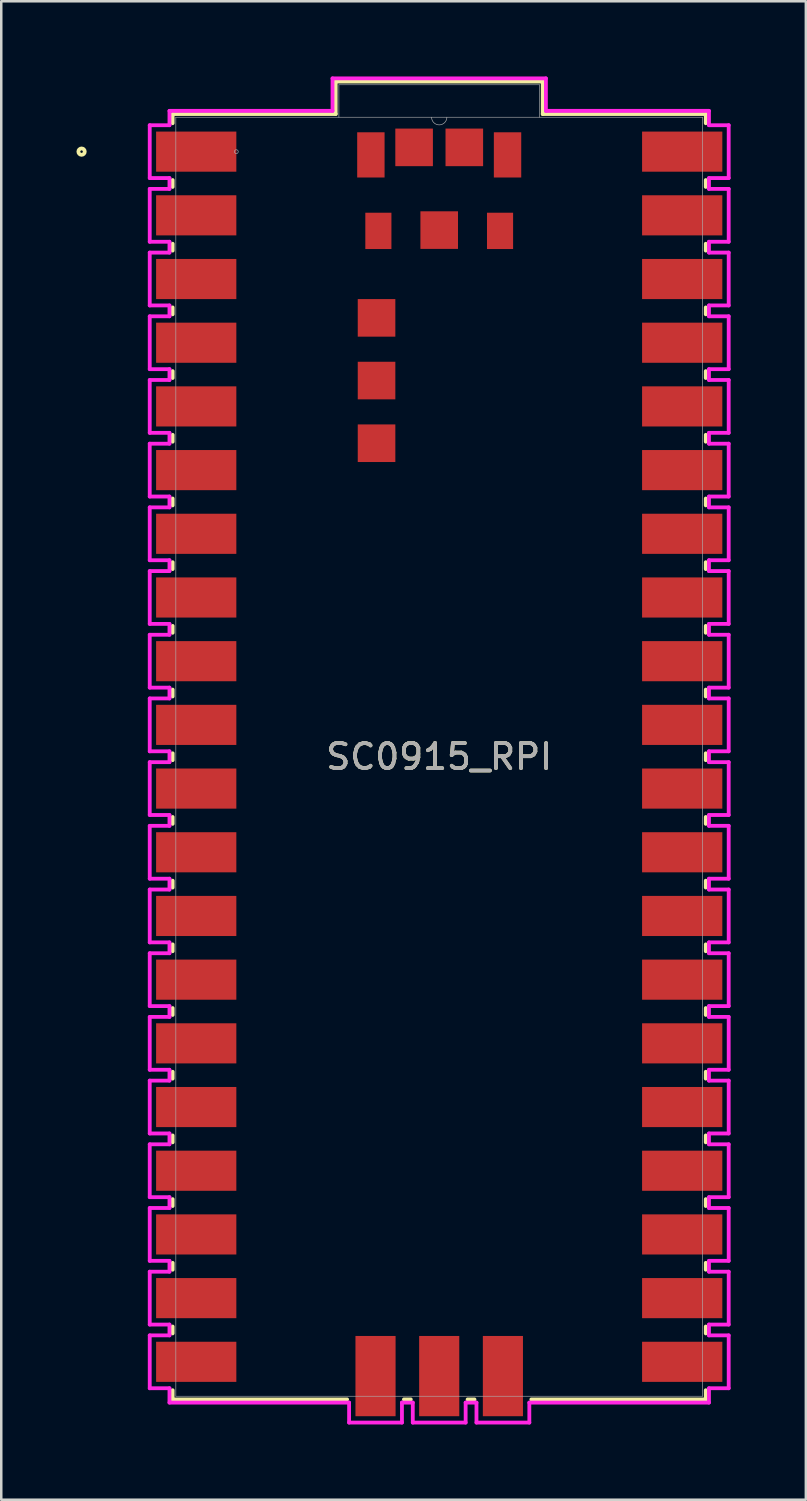
<source format=kicad_pcb>
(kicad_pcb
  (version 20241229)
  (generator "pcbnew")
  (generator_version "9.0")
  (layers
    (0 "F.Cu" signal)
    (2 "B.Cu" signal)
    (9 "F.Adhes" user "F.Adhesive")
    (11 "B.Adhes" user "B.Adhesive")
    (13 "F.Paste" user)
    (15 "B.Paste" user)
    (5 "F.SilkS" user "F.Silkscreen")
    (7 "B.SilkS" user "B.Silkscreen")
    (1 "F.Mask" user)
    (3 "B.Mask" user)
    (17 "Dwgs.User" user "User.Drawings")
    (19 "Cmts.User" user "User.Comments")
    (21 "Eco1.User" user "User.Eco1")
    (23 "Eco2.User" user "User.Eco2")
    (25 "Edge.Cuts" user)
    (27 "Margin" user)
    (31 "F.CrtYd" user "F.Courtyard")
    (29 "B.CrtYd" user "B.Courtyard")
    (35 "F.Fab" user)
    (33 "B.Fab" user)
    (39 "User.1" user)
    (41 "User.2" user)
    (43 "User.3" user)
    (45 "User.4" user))
  (footprint "SC0915_RPI"
    (layer "F.Cu")
    (at 14.465 27.127)
    (property "Reference" "SC0915_RPI" (at 0 0 0) (unlocked yes) (layer "F.SilkS") (effects (font (size 1 1) (thickness 0.15))))
    (attr smd)
    (fp_line (start -10.63 -25.629) (end -4.128 -25.629) (stroke (width 0.152) (type solid)) (layer "F.SilkS"))
    (fp_line (start -10.63 -25.263) (end -10.63 -25.629) (stroke (width 0.152) (type solid)) (layer "F.SilkS"))
    (fp_line (start -10.63 -22.723) (end -10.63 -22.997) (stroke (width 0.152) (type solid)) (layer "F.SilkS"))
    (fp_line (start -10.63 -20.183) (end -10.63 -20.457) (stroke (width 0.152) (type solid)) (layer "F.SilkS"))
    (fp_line (start -10.63 -17.643) (end -10.63 -17.917) (stroke (width 0.152) (type solid)) (layer "F.SilkS"))
    (fp_line (start -10.63 -15.103) (end -10.63 -15.377) (stroke (width 0.152) (type solid)) (layer "F.SilkS"))
    (fp_line (start -10.63 -12.563) (end -10.63 -12.837) (stroke (width 0.152) (type solid)) (layer "F.SilkS"))
    (fp_line (start -10.63 -10.023) (end -10.63 -10.297) (stroke (width 0.152) (type solid)) (layer "F.SilkS"))
    (fp_line (start -10.63 -7.483) (end -10.63 -7.757) (stroke (width 0.152) (type solid)) (layer "F.SilkS"))
    (fp_line (start -10.63 -4.943) (end -10.63 -5.217) (stroke (width 0.152) (type solid)) (layer "F.SilkS"))
    (fp_line (start -10.63 -2.403) (end -10.63 -2.677) (stroke (width 0.152) (type solid)) (layer "F.SilkS"))
    (fp_line (start -10.63 0.137) (end -10.63 -0.137) (stroke (width 0.152) (type solid)) (layer "F.SilkS"))
    (fp_line (start -10.63 2.677) (end -10.63 2.403) (stroke (width 0.152) (type solid)) (layer "F.SilkS"))
    (fp_line (start -10.63 5.217) (end -10.63 4.943) (stroke (width 0.152) (type solid)) (layer "F.SilkS"))
    (fp_line (start -10.63 7.757) (end -10.63 7.483) (stroke (width 0.152) (type solid)) (layer "F.SilkS"))
    (fp_line (start -10.63 10.297) (end -10.63 10.023) (stroke (width 0.152) (type solid)) (layer "F.SilkS"))
    (fp_line (start -10.63 12.837) (end -10.63 12.563) (stroke (width 0.152) (type solid)) (layer "F.SilkS"))
    (fp_line (start -10.63 15.377) (end -10.63 15.103) (stroke (width 0.152) (type solid)) (layer "F.SilkS"))
    (fp_line (start -10.63 17.917) (end -10.63 17.643) (stroke (width 0.152) (type solid)) (layer "F.SilkS"))
    (fp_line (start -10.63 20.457) (end -10.63 20.183) (stroke (width 0.152) (type solid)) (layer "F.SilkS"))
    (fp_line (start -10.63 22.997) (end -10.63 22.723) (stroke (width 0.152) (type solid)) (layer "F.SilkS"))
    (fp_line (start -10.63 25.629) (end -10.63 25.263) (stroke (width 0.152) (type solid)) (layer "F.SilkS"))
    (fp_line (start -4.128 -26.924) (end 4.128 -26.924) (stroke (width 0.152) (type solid)) (layer "F.SilkS"))
    (fp_line (start -4.128 -25.629) (end -4.128 -26.924) (stroke (width 0.152) (type solid)) (layer "F.SilkS"))
    (fp_line (start -3.673 25.629) (end -10.63 25.629) (stroke (width 0.152) (type solid)) (layer "F.SilkS"))
    (fp_line (start -1.133 25.629) (end -1.407 25.629) (stroke (width 0.152) (type solid)) (layer "F.SilkS"))
    (fp_line (start 1.407 25.629) (end 1.133 25.629) (stroke (width 0.152) (type solid)) (layer "F.SilkS"))
    (fp_line (start 4.128 -26.924) (end 4.128 -25.629) (stroke (width 0.152) (type solid)) (layer "F.SilkS"))
    (fp_line (start 4.128 -25.629) (end 10.63 -25.629) (stroke (width 0.152) (type solid)) (layer "F.SilkS"))
    (fp_line (start 10.63 -25.629) (end 10.63 -25.263) (stroke (width 0.152) (type solid)) (layer "F.SilkS"))
    (fp_line (start 10.63 -22.997) (end 10.63 -22.723) (stroke (width 0.152) (type solid)) (layer "F.SilkS"))
    (fp_line (start 10.63 -20.457) (end 10.63 -20.183) (stroke (width 0.152) (type solid)) (layer "F.SilkS"))
    (fp_line (start 10.63 -17.917) (end 10.63 -17.643) (stroke (width 0.152) (type solid)) (layer "F.SilkS"))
    (fp_line (start 10.63 -15.377) (end 10.63 -15.103) (stroke (width 0.152) (type solid)) (layer "F.SilkS"))
    (fp_line (start 10.63 -12.837) (end 10.63 -12.563) (stroke (width 0.152) (type solid)) (layer "F.SilkS"))
    (fp_line (start 10.63 -10.297) (end 10.63 -10.023) (stroke (width 0.152) (type solid)) (layer "F.SilkS"))
    (fp_line (start 10.63 -7.757) (end 10.63 -7.483) (stroke (width 0.152) (type solid)) (layer "F.SilkS"))
    (fp_line (start 10.63 -5.217) (end 10.63 -4.943) (stroke (width 0.152) (type solid)) (layer "F.SilkS"))
    (fp_line (start 10.63 -2.677) (end 10.63 -2.403) (stroke (width 0.152) (type solid)) (layer "F.SilkS"))
    (fp_line (start 10.63 -0.137) (end 10.63 0.137) (stroke (width 0.152) (type solid)) (layer "F.SilkS"))
    (fp_line (start 10.63 2.403) (end 10.63 2.677) (stroke (width 0.152) (type solid)) (layer "F.SilkS"))
    (fp_line (start 10.63 4.943) (end 10.63 5.217) (stroke (width 0.152) (type solid)) (layer "F.SilkS"))
    (fp_line (start 10.63 7.483) (end 10.63 7.757) (stroke (width 0.152) (type solid)) (layer "F.SilkS"))
    (fp_line (start 10.63 10.023) (end 10.63 10.297) (stroke (width 0.152) (type solid)) (layer "F.SilkS"))
    (fp_line (start 10.63 12.563) (end 10.63 12.837) (stroke (width 0.152) (type solid)) (layer "F.SilkS"))
    (fp_line (start 10.63 15.103) (end 10.63 15.377) (stroke (width 0.152) (type solid)) (layer "F.SilkS"))
    (fp_line (start 10.63 17.643) (end 10.63 17.917) (stroke (width 0.152) (type solid)) (layer "F.SilkS"))
    (fp_line (start 10.63 20.183) (end 10.63 20.457) (stroke (width 0.152) (type solid)) (layer "F.SilkS"))
    (fp_line (start 10.63 22.723) (end 10.63 22.997) (stroke (width 0.152) (type solid)) (layer "F.SilkS"))
    (fp_line (start 10.63 25.263) (end 10.63 25.629) (stroke (width 0.152) (type solid)) (layer "F.SilkS"))
    (fp_line (start 10.63 25.629) (end 3.673 25.629) (stroke (width 0.152) (type solid)) (layer "F.SilkS"))
    (fp_circle (center -14.262 -24.13) (end -14.135 -24.13) (stroke (width 0.152) (type solid)) (fill no) (layer "F.SilkS"))
    (fp_line (start -11.544 -25.184) (end -11.544 -23.076) (stroke (width 0.152) (type solid)) (layer "F.CrtYd"))
    (fp_line (start -11.544 -23.076) (end -10.757 -23.076) (stroke (width 0.152) (type solid)) (layer "F.CrtYd"))
    (fp_line (start -11.544 -22.644) (end -11.544 -20.536) (stroke (width 0.152) (type solid)) (layer "F.CrtYd"))
    (fp_line (start -11.544 -20.536) (end -10.757 -20.536) (stroke (width 0.152) (type solid)) (layer "F.CrtYd"))
    (fp_line (start -11.544 -20.104) (end -11.544 -17.996) (stroke (width 0.152) (type solid)) (layer "F.CrtYd"))
    (fp_line (start -11.544 -17.996) (end -10.757 -17.996) (stroke (width 0.152) (type solid)) (layer "F.CrtYd"))
    (fp_line (start -11.544 -17.564) (end -11.544 -15.456) (stroke (width 0.152) (type solid)) (layer "F.CrtYd"))
    (fp_line (start -11.544 -15.456) (end -10.757 -15.456) (stroke (width 0.152) (type solid)) (layer "F.CrtYd"))
    (fp_line (start -11.544 -15.024) (end -11.544 -12.916) (stroke (width 0.152) (type solid)) (layer "F.CrtYd"))
    (fp_line (start -11.544 -12.916) (end -10.757 -12.916) (stroke (width 0.152) (type solid)) (layer "F.CrtYd"))
    (fp_line (start -11.544 -12.484) (end -11.544 -10.376) (stroke (width 0.152) (type solid)) (layer "F.CrtYd"))
    (fp_line (start -11.544 -10.376) (end -10.757 -10.376) (stroke (width 0.152) (type solid)) (layer "F.CrtYd"))
    (fp_line (start -11.544 -9.944) (end -11.544 -7.836) (stroke (width 0.152) (type solid)) (layer "F.CrtYd"))
    (fp_line (start -11.544 -7.836) (end -10.757 -7.836) (stroke (width 0.152) (type solid)) (layer "F.CrtYd"))
    (fp_line (start -11.544 -7.404) (end -11.544 -5.296) (stroke (width 0.152) (type solid)) (layer "F.CrtYd"))
    (fp_line (start -11.544 -5.296) (end -10.757 -5.296) (stroke (width 0.152) (type solid)) (layer "F.CrtYd"))
    (fp_line (start -11.544 -4.864) (end -11.544 -2.756) (stroke (width 0.152) (type solid)) (layer "F.CrtYd"))
    (fp_line (start -11.544 -2.756) (end -10.757 -2.756) (stroke (width 0.152) (type solid)) (layer "F.CrtYd"))
    (fp_line (start -11.544 -2.324) (end -11.544 -0.216) (stroke (width 0.152) (type solid)) (layer "F.CrtYd"))
    (fp_line (start -11.544 -0.216) (end -10.757 -0.216) (stroke (width 0.152) (type solid)) (layer "F.CrtYd"))
    (fp_line (start -11.544 0.216) (end -11.544 2.324) (stroke (width 0.152) (type solid)) (layer "F.CrtYd"))
    (fp_line (start -11.544 2.324) (end -10.757 2.324) (stroke (width 0.152) (type solid)) (layer "F.CrtYd"))
    (fp_line (start -11.544 2.756) (end -11.544 4.864) (stroke (width 0.152) (type solid)) (layer "F.CrtYd"))
    (fp_line (start -11.544 4.864) (end -10.757 4.864) (stroke (width 0.152) (type solid)) (layer "F.CrtYd"))
    (fp_line (start -11.544 5.296) (end -11.544 7.404) (stroke (width 0.152) (type solid)) (layer "F.CrtYd"))
    (fp_line (start -11.544 7.404) (end -10.757 7.404) (stroke (width 0.152) (type solid)) (layer "F.CrtYd"))
    (fp_line (start -11.544 7.836) (end -11.544 9.944) (stroke (width 0.152) (type solid)) (layer "F.CrtYd"))
    (fp_line (start -11.544 9.944) (end -10.757 9.944) (stroke (width 0.152) (type solid)) (layer "F.CrtYd"))
    (fp_line (start -11.544 10.376) (end -11.544 12.484) (stroke (width 0.152) (type solid)) (layer "F.CrtYd"))
    (fp_line (start -11.544 12.484) (end -10.757 12.484) (stroke (width 0.152) (type solid)) (layer "F.CrtYd"))
    (fp_line (start -11.544 12.916) (end -11.544 15.024) (stroke (width 0.152) (type solid)) (layer "F.CrtYd"))
    (fp_line (start -11.544 15.024) (end -10.757 15.024) (stroke (width 0.152) (type solid)) (layer "F.CrtYd"))
    (fp_line (start -11.544 15.456) (end -11.544 17.564) (stroke (width 0.152) (type solid)) (layer "F.CrtYd"))
    (fp_line (start -11.544 17.564) (end -10.757 17.564) (stroke (width 0.152) (type solid)) (layer "F.CrtYd"))
    (fp_line (start -11.544 17.996) (end -11.544 20.104) (stroke (width 0.152) (type solid)) (layer "F.CrtYd"))
    (fp_line (start -11.544 20.104) (end -10.757 20.104) (stroke (width 0.152) (type solid)) (layer "F.CrtYd"))
    (fp_line (start -11.544 20.536) (end -11.544 22.644) (stroke (width 0.152) (type solid)) (layer "F.CrtYd"))
    (fp_line (start -11.544 22.644) (end -10.757 22.644) (stroke (width 0.152) (type solid)) (layer "F.CrtYd"))
    (fp_line (start -11.544 23.076) (end -11.544 25.184) (stroke (width 0.152) (type solid)) (layer "F.CrtYd"))
    (fp_line (start -11.544 25.184) (end -10.757 25.184) (stroke (width 0.152) (type solid)) (layer "F.CrtYd"))
    (fp_line (start -10.757 -25.756) (end -10.757 -25.184) (stroke (width 0.152) (type solid)) (layer "F.CrtYd"))
    (fp_line (start -10.757 -25.184) (end -11.544 -25.184) (stroke (width 0.152) (type solid)) (layer "F.CrtYd"))
    (fp_line (start -10.757 -23.076) (end -10.757 -22.644) (stroke (width 0.152) (type solid)) (layer "F.CrtYd"))
    (fp_line (start -10.757 -22.644) (end -11.544 -22.644) (stroke (width 0.152) (type solid)) (layer "F.CrtYd"))
    (fp_line (start -10.757 -20.536) (end -10.757 -20.104) (stroke (width 0.152) (type solid)) (layer "F.CrtYd"))
    (fp_line (start -10.757 -20.104) (end -11.544 -20.104) (stroke (width 0.152) (type solid)) (layer "F.CrtYd"))
    (fp_line (start -10.757 -17.996) (end -10.757 -17.564) (stroke (width 0.152) (type solid)) (layer "F.CrtYd"))
    (fp_line (start -10.757 -17.564) (end -11.544 -17.564) (stroke (width 0.152) (type solid)) (layer "F.CrtYd"))
    (fp_line (start -10.757 -15.456) (end -10.757 -15.024) (stroke (width 0.152) (type solid)) (layer "F.CrtYd"))
    (fp_line (start -10.757 -15.024) (end -11.544 -15.024) (stroke (width 0.152) (type solid)) (layer "F.CrtYd"))
    (fp_line (start -10.757 -12.916) (end -10.757 -12.484) (stroke (width 0.152) (type solid)) (layer "F.CrtYd"))
    (fp_line (start -10.757 -12.484) (end -11.544 -12.484) (stroke (width 0.152) (type solid)) (layer "F.CrtYd"))
    (fp_line (start -10.757 -10.376) (end -10.757 -9.944) (stroke (width 0.152) (type solid)) (layer "F.CrtYd"))
    (fp_line (start -10.757 -9.944) (end -11.544 -9.944) (stroke (width 0.152) (type solid)) (layer "F.CrtYd"))
    (fp_line (start -10.757 -7.836) (end -10.757 -7.404) (stroke (width 0.152) (type solid)) (layer "F.CrtYd"))
    (fp_line (start -10.757 -7.404) (end -11.544 -7.404) (stroke (width 0.152) (type solid)) (layer "F.CrtYd"))
    (fp_line (start -10.757 -5.296) (end -10.757 -4.864) (stroke (width 0.152) (type solid)) (layer "F.CrtYd"))
    (fp_line (start -10.757 -4.864) (end -11.544 -4.864) (stroke (width 0.152) (type solid)) (layer "F.CrtYd"))
    (fp_line (start -10.757 -2.756) (end -10.757 -2.324) (stroke (width 0.152) (type solid)) (layer "F.CrtYd"))
    (fp_line (start -10.757 -2.324) (end -11.544 -2.324) (stroke (width 0.152) (type solid)) (layer "F.CrtYd"))
    (fp_line (start -10.757 -0.216) (end -10.757 0.216) (stroke (width 0.152) (type solid)) (layer "F.CrtYd"))
    (fp_line (start -10.757 0.216) (end -11.544 0.216) (stroke (width 0.152) (type solid)) (layer "F.CrtYd"))
    (fp_line (start -10.757 2.324) (end -10.757 2.756) (stroke (width 0.152) (type solid)) (layer "F.CrtYd"))
    (fp_line (start -10.757 2.756) (end -11.544 2.756) (stroke (width 0.152) (type solid)) (layer "F.CrtYd"))
    (fp_line (start -10.757 4.864) (end -10.757 5.296) (stroke (width 0.152) (type solid)) (layer "F.CrtYd"))
    (fp_line (start -10.757 5.296) (end -11.544 5.296) (stroke (width 0.152) (type solid)) (layer "F.CrtYd"))
    (fp_line (start -10.757 7.404) (end -10.757 7.836) (stroke (width 0.152) (type solid)) (layer "F.CrtYd"))
    (fp_line (start -10.757 7.836) (end -11.544 7.836) (stroke (width 0.152) (type solid)) (layer "F.CrtYd"))
    (fp_line (start -10.757 9.944) (end -10.757 10.376) (stroke (width 0.152) (type solid)) (layer "F.CrtYd"))
    (fp_line (start -10.757 10.376) (end -11.544 10.376) (stroke (width 0.152) (type solid)) (layer "F.CrtYd"))
    (fp_line (start -10.757 12.484) (end -10.757 12.916) (stroke (width 0.152) (type solid)) (layer "F.CrtYd"))
    (fp_line (start -10.757 12.916) (end -11.544 12.916) (stroke (width 0.152) (type solid)) (layer "F.CrtYd"))
    (fp_line (start -10.757 15.024) (end -10.757 15.456) (stroke (width 0.152) (type solid)) (layer "F.CrtYd"))
    (fp_line (start -10.757 15.456) (end -11.544 15.456) (stroke (width 0.152) (type solid)) (layer "F.CrtYd"))
    (fp_line (start -10.757 17.564) (end -10.757 17.996) (stroke (width 0.152) (type solid)) (layer "F.CrtYd"))
    (fp_line (start -10.757 17.996) (end -11.544 17.996) (stroke (width 0.152) (type solid)) (layer "F.CrtYd"))
    (fp_line (start -10.757 20.104) (end -10.757 20.536) (stroke (width 0.152) (type solid)) (layer "F.CrtYd"))
    (fp_line (start -10.757 20.536) (end -11.544 20.536) (stroke (width 0.152) (type solid)) (layer "F.CrtYd"))
    (fp_line (start -10.757 22.644) (end -10.757 23.076) (stroke (width 0.152) (type solid)) (layer "F.CrtYd"))
    (fp_line (start -10.757 23.076) (end -11.544 23.076) (stroke (width 0.152) (type solid)) (layer "F.CrtYd"))
    (fp_line (start -10.757 25.184) (end -10.757 25.756) (stroke (width 0.152) (type solid)) (layer "F.CrtYd"))
    (fp_line (start -10.757 25.756) (end -3.594 25.756) (stroke (width 0.152) (type solid)) (layer "F.CrtYd"))
    (fp_line (start -4.255 -27.051) (end -4.255 -25.756) (stroke (width 0.152) (type solid)) (layer "F.CrtYd"))
    (fp_line (start -4.255 -25.756) (end -10.757 -25.756) (stroke (width 0.152) (type solid)) (layer "F.CrtYd"))
    (fp_line (start -3.594 25.756) (end -3.594 26.553) (stroke (width 0.152) (type solid)) (layer "F.CrtYd"))
    (fp_line (start -3.594 26.553) (end -1.486 26.553) (stroke (width 0.152) (type solid)) (layer "F.CrtYd"))
    (fp_line (start -1.486 25.756) (end -1.054 25.756) (stroke (width 0.152) (type solid)) (layer "F.CrtYd"))
    (fp_line (start -1.486 26.553) (end -1.486 25.756) (stroke (width 0.152) (type solid)) (layer "F.CrtYd"))
    (fp_line (start -1.054 25.756) (end -1.054 26.553) (stroke (width 0.152) (type solid)) (layer "F.CrtYd"))
    (fp_line (start -1.054 26.553) (end 1.054 26.553) (stroke (width 0.152) (type solid)) (layer "F.CrtYd"))
    (fp_line (start 1.054 25.756) (end 1.486 25.756) (stroke (width 0.152) (type solid)) (layer "F.CrtYd"))
    (fp_line (start 1.054 26.553) (end 1.054 25.756) (stroke (width 0.152) (type solid)) (layer "F.CrtYd"))
    (fp_line (start 1.486 25.756) (end 1.486 26.553) (stroke (width 0.152) (type solid)) (layer "F.CrtYd"))
    (fp_line (start 1.486 26.553) (end 3.594 26.553) (stroke (width 0.152) (type solid)) (layer "F.CrtYd"))
    (fp_line (start 3.594 25.756) (end 10.757 25.756) (stroke (width 0.152) (type solid)) (layer "F.CrtYd"))
    (fp_line (start 3.594 26.553) (end 3.594 25.756) (stroke (width 0.152) (type solid)) (layer "F.CrtYd"))
    (fp_line (start 4.255 -27.051) (end -4.255 -27.051) (stroke (width 0.152) (type solid)) (layer "F.CrtYd"))
    (fp_line (start 4.255 -25.756) (end 4.255 -27.051) (stroke (width 0.152) (type solid)) (layer "F.CrtYd"))
    (fp_line (start 10.757 -25.756) (end 4.255 -25.756) (stroke (width 0.152) (type solid)) (layer "F.CrtYd"))
    (fp_line (start 10.757 -25.184) (end 10.757 -25.756) (stroke (width 0.152) (type solid)) (layer "F.CrtYd"))
    (fp_line (start 10.757 -23.076) (end 11.544 -23.076) (stroke (width 0.152) (type solid)) (layer "F.CrtYd"))
    (fp_line (start 10.757 -22.644) (end 10.757 -23.076) (stroke (width 0.152) (type solid)) (layer "F.CrtYd"))
    (fp_line (start 10.757 -20.536) (end 11.544 -20.536) (stroke (width 0.152) (type solid)) (layer "F.CrtYd"))
    (fp_line (start 10.757 -20.104) (end 10.757 -20.536) (stroke (width 0.152) (type solid)) (layer "F.CrtYd"))
    (fp_line (start 10.757 -17.996) (end 11.544 -17.996) (stroke (width 0.152) (type solid)) (layer "F.CrtYd"))
    (fp_line (start 10.757 -17.564) (end 10.757 -17.996) (stroke (width 0.152) (type solid)) (layer "F.CrtYd"))
    (fp_line (start 10.757 -15.456) (end 11.544 -15.456) (stroke (width 0.152) (type solid)) (layer "F.CrtYd"))
    (fp_line (start 10.757 -15.024) (end 10.757 -15.456) (stroke (width 0.152) (type solid)) (layer "F.CrtYd"))
    (fp_line (start 10.757 -12.916) (end 11.544 -12.916) (stroke (width 0.152) (type solid)) (layer "F.CrtYd"))
    (fp_line (start 10.757 -12.484) (end 10.757 -12.916) (stroke (width 0.152) (type solid)) (layer "F.CrtYd"))
    (fp_line (start 10.757 -10.376) (end 11.544 -10.376) (stroke (width 0.152) (type solid)) (layer "F.CrtYd"))
    (fp_line (start 10.757 -9.944) (end 10.757 -10.376) (stroke (width 0.152) (type solid)) (layer "F.CrtYd"))
    (fp_line (start 10.757 -7.836) (end 11.544 -7.836) (stroke (width 0.152) (type solid)) (layer "F.CrtYd"))
    (fp_line (start 10.757 -7.404) (end 10.757 -7.836) (stroke (width 0.152) (type solid)) (layer "F.CrtYd"))
    (fp_line (start 10.757 -5.296) (end 11.544 -5.296) (stroke (width 0.152) (type solid)) (layer "F.CrtYd"))
    (fp_line (start 10.757 -4.864) (end 10.757 -5.296) (stroke (width 0.152) (type solid)) (layer "F.CrtYd"))
    (fp_line (start 10.757 -2.756) (end 11.544 -2.756) (stroke (width 0.152) (type solid)) (layer "F.CrtYd"))
    (fp_line (start 10.757 -2.324) (end 10.757 -2.756) (stroke (width 0.152) (type solid)) (layer "F.CrtYd"))
    (fp_line (start 10.757 -0.216) (end 11.544 -0.216) (stroke (width 0.152) (type solid)) (layer "F.CrtYd"))
    (fp_line (start 10.757 0.216) (end 10.757 -0.216) (stroke (width 0.152) (type solid)) (layer "F.CrtYd"))
    (fp_line (start 10.757 2.324) (end 11.544 2.324) (stroke (width 0.152) (type solid)) (layer "F.CrtYd"))
    (fp_line (start 10.757 2.756) (end 10.757 2.324) (stroke (width 0.152) (type solid)) (layer "F.CrtYd"))
    (fp_line (start 10.757 4.864) (end 11.544 4.864) (stroke (width 0.152) (type solid)) (layer "F.CrtYd"))
    (fp_line (start 10.757 5.296) (end 10.757 4.864) (stroke (width 0.152) (type solid)) (layer "F.CrtYd"))
    (fp_line (start 10.757 7.404) (end 11.544 7.404) (stroke (width 0.152) (type solid)) (layer "F.CrtYd"))
    (fp_line (start 10.757 7.836) (end 10.757 7.404) (stroke (width 0.152) (type solid)) (layer "F.CrtYd"))
    (fp_line (start 10.757 9.944) (end 11.544 9.944) (stroke (width 0.152) (type solid)) (layer "F.CrtYd"))
    (fp_line (start 10.757 10.376) (end 10.757 9.944) (stroke (width 0.152) (type solid)) (layer "F.CrtYd"))
    (fp_line (start 10.757 12.484) (end 11.544 12.484) (stroke (width 0.152) (type solid)) (layer "F.CrtYd"))
    (fp_line (start 10.757 12.916) (end 10.757 12.484) (stroke (width 0.152) (type solid)) (layer "F.CrtYd"))
    (fp_line (start 10.757 15.024) (end 11.544 15.024) (stroke (width 0.152) (type solid)) (layer "F.CrtYd"))
    (fp_line (start 10.757 15.456) (end 10.757 15.024) (stroke (width 0.152) (type solid)) (layer "F.CrtYd"))
    (fp_line (start 10.757 17.564) (end 11.544 17.564) (stroke (width 0.152) (type solid)) (layer "F.CrtYd"))
    (fp_line (start 10.757 17.996) (end 10.757 17.564) (stroke (width 0.152) (type solid)) (layer "F.CrtYd"))
    (fp_line (start 10.757 20.104) (end 11.544 20.104) (stroke (width 0.152) (type solid)) (layer "F.CrtYd"))
    (fp_line (start 10.757 20.536) (end 10.757 20.104) (stroke (width 0.152) (type solid)) (layer "F.CrtYd"))
    (fp_line (start 10.757 22.644) (end 11.544 22.644) (stroke (width 0.152) (type solid)) (layer "F.CrtYd"))
    (fp_line (start 10.757 23.076) (end 10.757 22.644) (stroke (width 0.152) (type solid)) (layer "F.CrtYd"))
    (fp_line (start 10.757 25.184) (end 11.544 25.184) (stroke (width 0.152) (type solid)) (layer "F.CrtYd"))
    (fp_line (start 10.757 25.756) (end 10.757 25.184) (stroke (width 0.152) (type solid)) (layer "F.CrtYd"))
    (fp_line (start 11.544 -25.184) (end 10.757 -25.184) (stroke (width 0.152) (type solid)) (layer "F.CrtYd"))
    (fp_line (start 11.544 -23.076) (end 11.544 -25.184) (stroke (width 0.152) (type solid)) (layer "F.CrtYd"))
    (fp_line (start 11.544 -22.644) (end 10.757 -22.644) (stroke (width 0.152) (type solid)) (layer "F.CrtYd"))
    (fp_line (start 11.544 -20.536) (end 11.544 -22.644) (stroke (width 0.152) (type solid)) (layer "F.CrtYd"))
    (fp_line (start 11.544 -20.104) (end 10.757 -20.104) (stroke (width 0.152) (type solid)) (layer "F.CrtYd"))
    (fp_line (start 11.544 -17.996) (end 11.544 -20.104) (stroke (width 0.152) (type solid)) (layer "F.CrtYd"))
    (fp_line (start 11.544 -17.564) (end 10.757 -17.564) (stroke (width 0.152) (type solid)) (layer "F.CrtYd"))
    (fp_line (start 11.544 -15.456) (end 11.544 -17.564) (stroke (width 0.152) (type solid)) (layer "F.CrtYd"))
    (fp_line (start 11.544 -15.024) (end 10.757 -15.024) (stroke (width 0.152) (type solid)) (layer "F.CrtYd"))
    (fp_line (start 11.544 -12.916) (end 11.544 -15.024) (stroke (width 0.152) (type solid)) (layer "F.CrtYd"))
    (fp_line (start 11.544 -12.484) (end 10.757 -12.484) (stroke (width 0.152) (type solid)) (layer "F.CrtYd"))
    (fp_line (start 11.544 -10.376) (end 11.544 -12.484) (stroke (width 0.152) (type solid)) (layer "F.CrtYd"))
    (fp_line (start 11.544 -9.944) (end 10.757 -9.944) (stroke (width 0.152) (type solid)) (layer "F.CrtYd"))
    (fp_line (start 11.544 -7.836) (end 11.544 -9.944) (stroke (width 0.152) (type solid)) (layer "F.CrtYd"))
    (fp_line (start 11.544 -7.404) (end 10.757 -7.404) (stroke (width 0.152) (type solid)) (layer "F.CrtYd"))
    (fp_line (start 11.544 -5.296) (end 11.544 -7.404) (stroke (width 0.152) (type solid)) (layer "F.CrtYd"))
    (fp_line (start 11.544 -4.864) (end 10.757 -4.864) (stroke (width 0.152) (type solid)) (layer "F.CrtYd"))
    (fp_line (start 11.544 -2.756) (end 11.544 -4.864) (stroke (width 0.152) (type solid)) (layer "F.CrtYd"))
    (fp_line (start 11.544 -2.324) (end 10.757 -2.324) (stroke (width 0.152) (type solid)) (layer "F.CrtYd"))
    (fp_line (start 11.544 -0.216) (end 11.544 -2.324) (stroke (width 0.152) (type solid)) (layer "F.CrtYd"))
    (fp_line (start 11.544 0.216) (end 10.757 0.216) (stroke (width 0.152) (type solid)) (layer "F.CrtYd"))
    (fp_line (start 11.544 2.324) (end 11.544 0.216) (stroke (width 0.152) (type solid)) (layer "F.CrtYd"))
    (fp_line (start 11.544 2.756) (end 10.757 2.756) (stroke (width 0.152) (type solid)) (layer "F.CrtYd"))
    (fp_line (start 11.544 4.864) (end 11.544 2.756) (stroke (width 0.152) (type solid)) (layer "F.CrtYd"))
    (fp_line (start 11.544 5.296) (end 10.757 5.296) (stroke (width 0.152) (type solid)) (layer "F.CrtYd"))
    (fp_line (start 11.544 7.404) (end 11.544 5.296) (stroke (width 0.152) (type solid)) (layer "F.CrtYd"))
    (fp_line (start 11.544 7.836) (end 10.757 7.836) (stroke (width 0.152) (type solid)) (layer "F.CrtYd"))
    (fp_line (start 11.544 9.944) (end 11.544 7.836) (stroke (width 0.152) (type solid)) (layer "F.CrtYd"))
    (fp_line (start 11.544 10.376) (end 10.757 10.376) (stroke (width 0.152) (type solid)) (layer "F.CrtYd"))
    (fp_line (start 11.544 12.484) (end 11.544 10.376) (stroke (width 0.152) (type solid)) (layer "F.CrtYd"))
    (fp_line (start 11.544 12.916) (end 10.757 12.916) (stroke (width 0.152) (type solid)) (layer "F.CrtYd"))
    (fp_line (start 11.544 15.024) (end 11.544 12.916) (stroke (width 0.152) (type solid)) (layer "F.CrtYd"))
    (fp_line (start 11.544 15.456) (end 10.757 15.456) (stroke (width 0.152) (type solid)) (layer "F.CrtYd"))
    (fp_line (start 11.544 17.564) (end 11.544 15.456) (stroke (width 0.152) (type solid)) (layer "F.CrtYd"))
    (fp_line (start 11.544 17.996) (end 10.757 17.996) (stroke (width 0.152) (type solid)) (layer "F.CrtYd"))
    (fp_line (start 11.544 20.104) (end 11.544 17.996) (stroke (width 0.152) (type solid)) (layer "F.CrtYd"))
    (fp_line (start 11.544 20.536) (end 10.757 20.536) (stroke (width 0.152) (type solid)) (layer "F.CrtYd"))
    (fp_line (start 11.544 22.644) (end 11.544 20.536) (stroke (width 0.152) (type solid)) (layer "F.CrtYd"))
    (fp_line (start 11.544 23.076) (end 10.757 23.076) (stroke (width 0.152) (type solid)) (layer "F.CrtYd"))
    (fp_line (start 11.544 25.184) (end 11.544 23.076) (stroke (width 0.152) (type solid)) (layer "F.CrtYd"))
    (fp_line (start -10.503 -25.502) (end -10.503 25.502) (stroke (width 0.025) (type solid)) (layer "F.Fab"))
    (fp_line (start -10.503 25.502) (end 10.503 25.502) (stroke (width 0.025) (type solid)) (layer "F.Fab"))
    (fp_line (start -4 -26.797) (end -4 -25.502) (stroke (width 0.025) (type solid)) (layer "F.Fab"))
    (fp_line (start -4 -26.797) (end 4 -26.797) (stroke (width 0.025) (type solid)) (layer "F.Fab"))
    (fp_line (start 4 -26.797) (end 4 -25.502) (stroke (width 0.025) (type solid)) (layer "F.Fab"))
    (fp_line (start 10.503 -25.502) (end -10.503 -25.502) (stroke (width 0.025) (type solid)) (layer "F.Fab"))
    (fp_line (start 10.503 25.502) (end 10.503 -25.502) (stroke (width 0.025) (type solid)) (layer "F.Fab"))
    (fp_arc (start 0.3048 -25.5016) (mid 0 -25.1968) (end -0.3048 -25.5016) (stroke (width 0.0254) (type solid)) (layer "F.Fab"))
    (fp_circle (center -8.09 -24.13) (end -8.014 -24.13) (stroke (width 0.025) (type solid)) (fill no) (layer "F.Fab"))
    (fp_text user "${REFERENCE}" (at 0 0 0) (unlocked yes) (layer "F.Fab") (effects (font (size 1 1) (thickness 0.15))))
    (pad "1" smd rect (at -9.69 -24.13) (size 3.2 1.6) (layers "F.Cu" "F.Mask" "F.Paste"))
    (pad "2" smd rect (at -9.69 -21.59) (size 3.2 1.6) (layers "F.Cu" "F.Mask" "F.Paste"))
    (pad "3" smd rect (at -9.69 -19.05) (size 3.2 1.6) (layers "F.Cu" "F.Mask" "F.Paste"))
    (pad "4" smd rect (at -9.69 -16.51) (size 3.2 1.6) (layers "F.Cu" "F.Mask" "F.Paste"))
    (pad "5" smd rect (at -9.69 -13.97) (size 3.2 1.6) (layers "F.Cu" "F.Mask" "F.Paste"))
    (pad "6" smd rect (at -9.69 -11.43) (size 3.2 1.6) (layers "F.Cu" "F.Mask" "F.Paste"))
    (pad "7" smd rect (at -9.69 -8.89) (size 3.2 1.6) (layers "F.Cu" "F.Mask" "F.Paste"))
    (pad "8" smd rect (at -9.69 -6.35) (size 3.2 1.6) (layers "F.Cu" "F.Mask" "F.Paste"))
    (pad "9" smd rect (at -9.69 -3.81) (size 3.2 1.6) (layers "F.Cu" "F.Mask" "F.Paste"))
    (pad "10" smd rect (at -9.69 -1.27) (size 3.2 1.6) (layers "F.Cu" "F.Mask" "F.Paste"))
    (pad "11" smd rect (at -9.69 1.27) (size 3.2 1.6) (layers "F.Cu" "F.Mask" "F.Paste"))
    (pad "12" smd rect (at -9.69 3.81) (size 3.2 1.6) (layers "F.Cu" "F.Mask" "F.Paste"))
    (pad "13" smd rect (at -9.69 6.35) (size 3.2 1.6) (layers "F.Cu" "F.Mask" "F.Paste"))
    (pad "14" smd rect (at -9.69 8.89) (size 3.2 1.6) (layers "F.Cu" "F.Mask" "F.Paste"))
    (pad "15" smd rect (at -9.69 11.43) (size 3.2 1.6) (layers "F.Cu" "F.Mask" "F.Paste"))
    (pad "16" smd rect (at -9.69 13.97) (size 3.2 1.6) (layers "F.Cu" "F.Mask" "F.Paste"))
    (pad "17" smd rect (at -9.69 16.51) (size 3.2 1.6) (layers "F.Cu" "F.Mask" "F.Paste"))
    (pad "18" smd rect (at -9.69 19.05) (size 3.2 1.6) (layers "F.Cu" "F.Mask" "F.Paste"))
    (pad "19" smd rect (at -9.69 21.59) (size 3.2 1.6) (layers "F.Cu" "F.Mask" "F.Paste"))
    (pad "20" smd rect (at -9.69 24.13) (size 3.2 1.6) (layers "F.Cu" "F.Mask" "F.Paste"))
    (pad "21" smd rect (at 9.69 24.13) (size 3.2 1.6) (layers "F.Cu" "F.Mask" "F.Paste"))
    (pad "22" smd rect (at 9.69 21.59) (size 3.2 1.6) (layers "F.Cu" "F.Mask" "F.Paste"))
    (pad "23" smd rect (at 9.69 19.05) (size 3.2 1.6) (layers "F.Cu" "F.Mask" "F.Paste"))
    (pad "24" smd rect (at 9.69 16.51) (size 3.2 1.6) (layers "F.Cu" "F.Mask" "F.Paste"))
    (pad "25" smd rect (at 9.69 13.97) (size 3.2 1.6) (layers "F.Cu" "F.Mask" "F.Paste"))
    (pad "26" smd rect (at 9.69 11.43) (size 3.2 1.6) (layers "F.Cu" "F.Mask" "F.Paste"))
    (pad "27" smd rect (at 9.69 8.89) (size 3.2 1.6) (layers "F.Cu" "F.Mask" "F.Paste"))
    (pad "28" smd rect (at 9.69 6.35) (size 3.2 1.6) (layers "F.Cu" "F.Mask" "F.Paste"))
    (pad "29" smd rect (at 9.69 3.81) (size 3.2 1.6) (layers "F.Cu" "F.Mask" "F.Paste"))
    (pad "30" smd rect (at 9.69 1.27) (size 3.2 1.6) (layers "F.Cu" "F.Mask" "F.Paste"))
    (pad "31" smd rect (at 9.69 -1.27) (size 3.2 1.6) (layers "F.Cu" "F.Mask" "F.Paste"))
    (pad "32" smd rect (at 9.69 -3.81) (size 3.2 1.6) (layers "F.Cu" "F.Mask" "F.Paste"))
    (pad "33" smd rect (at 9.69 -6.35) (size 3.2 1.6) (layers "F.Cu" "F.Mask" "F.Paste"))
    (pad "34" smd rect (at 9.69 -8.89) (size 3.2 1.6) (layers "F.Cu" "F.Mask" "F.Paste"))
    (pad "35" smd rect (at 9.69 -11.43) (size 3.2 1.6) (layers "F.Cu" "F.Mask" "F.Paste"))
    (pad "36" smd rect (at 9.69 -13.97) (size 3.2 1.6) (layers "F.Cu" "F.Mask" "F.Paste"))
    (pad "37" smd rect (at 9.69 -16.51) (size 3.2 1.6) (layers "F.Cu" "F.Mask" "F.Paste"))
    (pad "38" smd rect (at 9.69 -19.05) (size 3.2 1.6) (layers "F.Cu" "F.Mask" "F.Paste"))
    (pad "39" smd rect (at 9.69 -21.59) (size 3.2 1.6) (layers "F.Cu" "F.Mask" "F.Paste"))
    (pad "40" smd rect (at 9.69 -24.13) (size 3.2 1.6) (layers "F.Cu" "F.Mask" "F.Paste"))
    (pad "A" smd rect (at -2.725 -24) (size 1.092 1.803) (layers "F.Cu" "F.Mask" "F.Paste"))
    (pad "B" smd rect (at 2.725 -24) (size 1.092 1.803) (layers "F.Cu" "F.Mask" "F.Paste"))
    (pad "C" smd rect (at -2.426 -20.97) (size 1.041 1.448) (layers "F.Cu" "F.Mask" "F.Paste"))
    (pad "D" smd rect (at 2.426 -20.97) (size 1.041 1.448) (layers "F.Cu" "F.Mask" "F.Paste"))
    (pad "D1" smd rect (at -2.54 24.699 90) (size 3.2 1.6) (layers "F.Cu" "F.Mask" "F.Paste"))
    (pad "D2" smd rect (at 0 24.699 90) (size 3.2 1.6) (layers "F.Cu" "F.Mask" "F.Paste"))
    (pad "D3" smd rect (at 2.54 24.699 90) (size 3.2 1.6) (layers "F.Cu" "F.Mask" "F.Paste"))
    (pad "TP1" smd rect (at 0 -21.001) (size 1.499 1.499) (layers "F.Cu" "F.Mask" "F.Paste"))
    (pad "TP2" smd rect (at 1.001 -24.3) (size 1.499 1.499) (layers "F.Cu" "F.Mask" "F.Paste"))
    (pad "TP3" smd rect (at -1.001 -24.3) (size 1.499 1.499) (layers "F.Cu" "F.Mask" "F.Paste"))
    (pad "TP4" smd rect (at -2.499 -17.501) (size 1.499 1.499) (layers "F.Cu" "F.Mask" "F.Paste"))
    (pad "TP5" smd rect (at -2.499 -15.001) (size 1.499 1.499) (layers "F.Cu" "F.Mask" "F.Paste"))
    (pad "TP6" smd rect (at -2.499 -12.502) (size 1.499 1.499) (layers "F.Cu" "F.Mask" "F.Paste")))
  (gr_rect
    (start -3 -3)
    (end 29.086 56.757)
    (stroke (width 0.1) (type default))
    (fill no)
    (layer "Edge.Cuts")))
</source>
